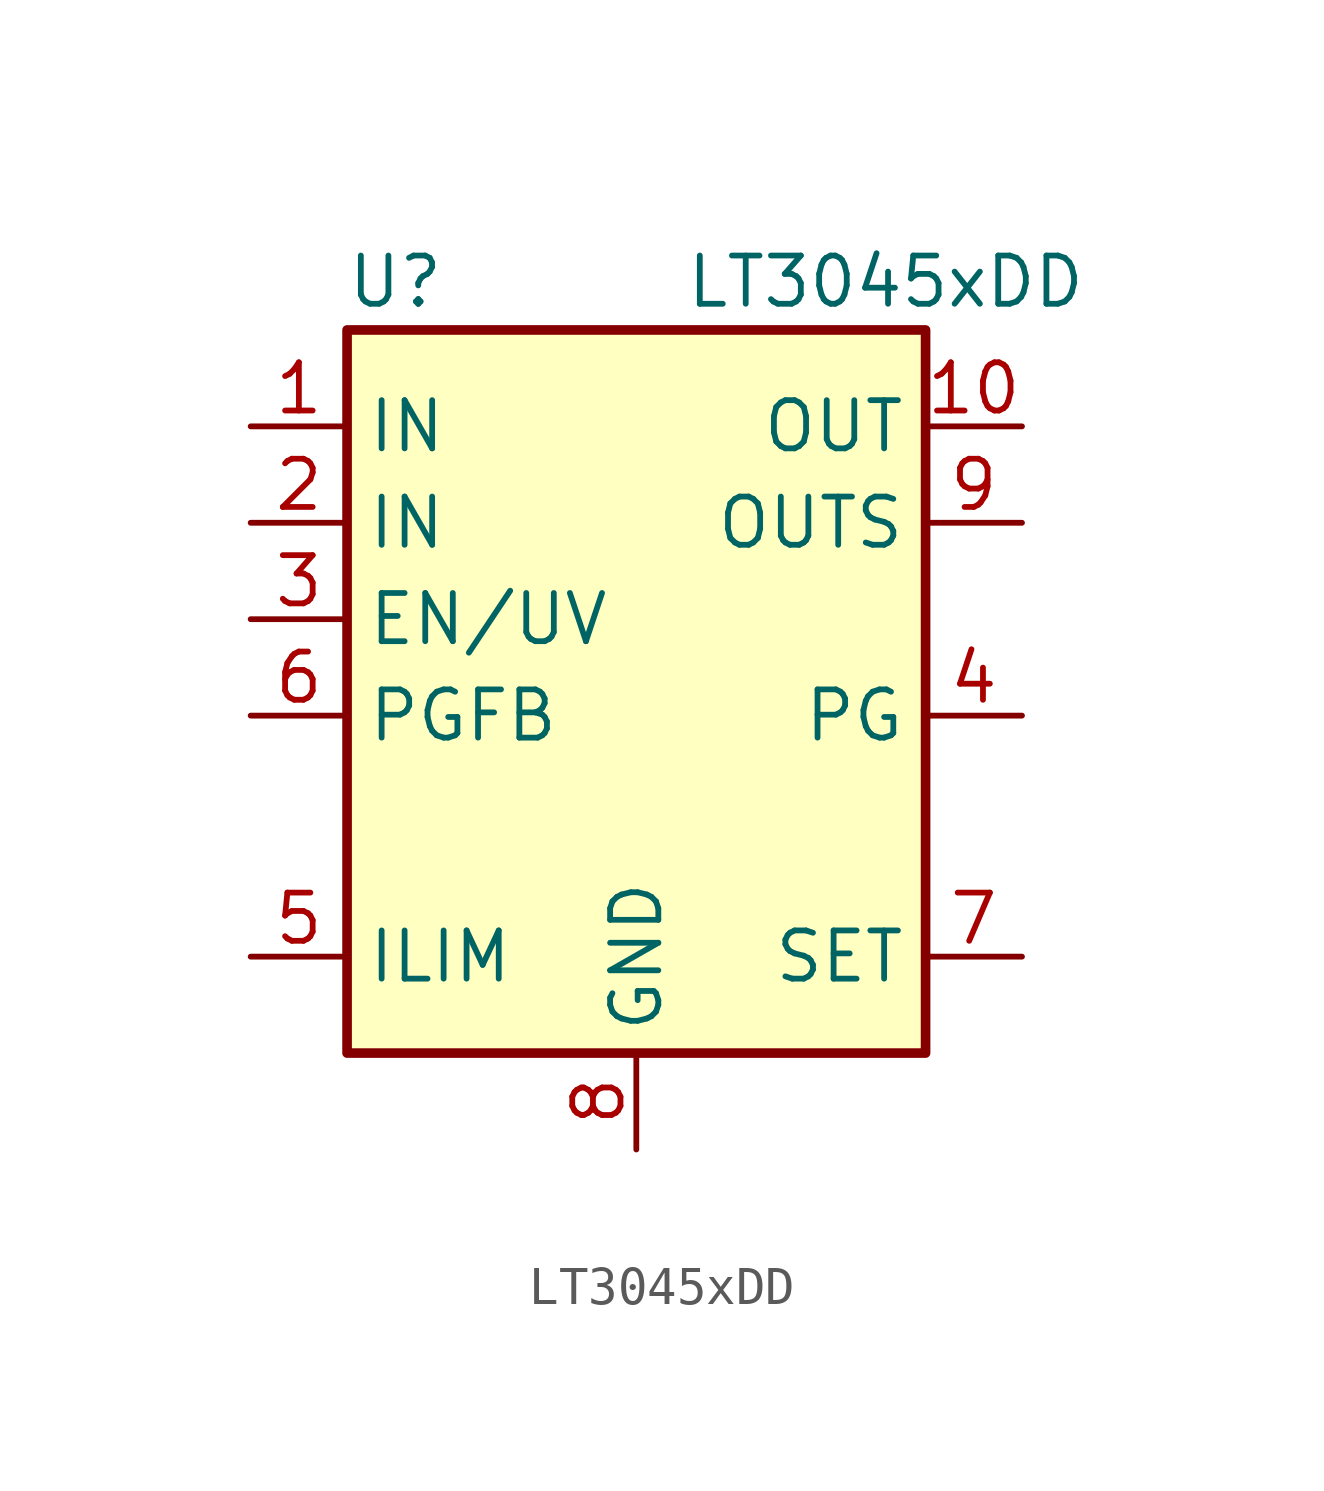
<source format=kicad_sym>
(kicad_symbol_lib
  (version 20241209)
  (generator "kicad_symbol_editor")
  (generator_version "9.0")
  (symbol "LT3045xDD"
    (property "Reference" "U"
      (at -6.35 6.35 0)
      (effects (font (size 1.27 1.27))))
    (property "Value" "LT3045xDD"
      (at 1.27 6.35 0)
      (effects (font (size 1.27 1.27)) (justify left)))
    (symbol "LT3045xDD_0_1"
      (rectangle (start -7.62 5.08) (end 7.62 -13.97) (stroke (width 0.254) (type default)) (fill (type background))))
    (symbol "LT3045xDD_1_1"
      (pin power_in line (at -10.16 2.54 0) (length 2.54) (name "IN" (effects (font (size 1.27 1.27)))) (number "1" (effects (font (size 1.27 1.27)))))
      (pin passive line (at -10.16 2.54 0) (length 2.54) (hide yes) (name "IN" (effects (font (size 1.27 1.27)))) (number "2" (effects (font (size 1.27 1.27)))))
      (pin power_in line (at -10.16 0 0) (length 2.54) (name "IN" (effects (font (size 1.27 1.27)))) (number "2" (effects (font (size 1.27 1.27)))))
      (pin input line (at -10.16 -2.54 0) (length 2.54) (name "EN/UV" (effects (font (size 1.27 1.27)))) (number "3" (effects (font (size 1.27 1.27)))))
      (pin input line (at -10.16 -5.08 0) (length 2.54) (name "PGFB" (effects (font (size 1.27 1.27)))) (number "6" (effects (font (size 1.27 1.27)))))
      (pin passive line (at -10.16 -11.43 0) (length 2.54) (name "ILIM" (effects (font (size 1.27 1.27)))) (number "5" (effects (font (size 1.27 1.27)))))
      (pin passive line (at 0 -16.51 90) (length 2.54) (hide yes) (name "GND" (effects (font (size 1.27 1.27)))) (number "11" (effects (font (size 1.27 1.27)))))
      (pin power_in line (at 0 -16.51 90) (length 2.54) (name "GND" (effects (font (size 1.27 1.27)))) (number "8" (effects (font (size 1.27 1.27)))))
      (pin power_out line (at 10.16 2.54 180) (length 2.54) (name "OUT" (effects (font (size 1.27 1.27)))) (number "10" (effects (font (size 1.27 1.27)))))
      (pin input line (at 10.16 0 180) (length 2.54) (name "OUTS" (effects (font (size 1.27 1.27)))) (number "9" (effects (font (size 1.27 1.27)))))
      (pin open_collector line (at 10.16 -5.08 180) (length 2.54) (name "PG" (effects (font (size 1.27 1.27)))) (number "4" (effects (font (size 1.27 1.27)))))
      (pin passive line (at 10.16 -11.43 180) (length 2.54) (name "SET" (effects (font (size 1.27 1.27)))) (number "7" (effects (font (size 1.27 1.27))))))))
</source>
